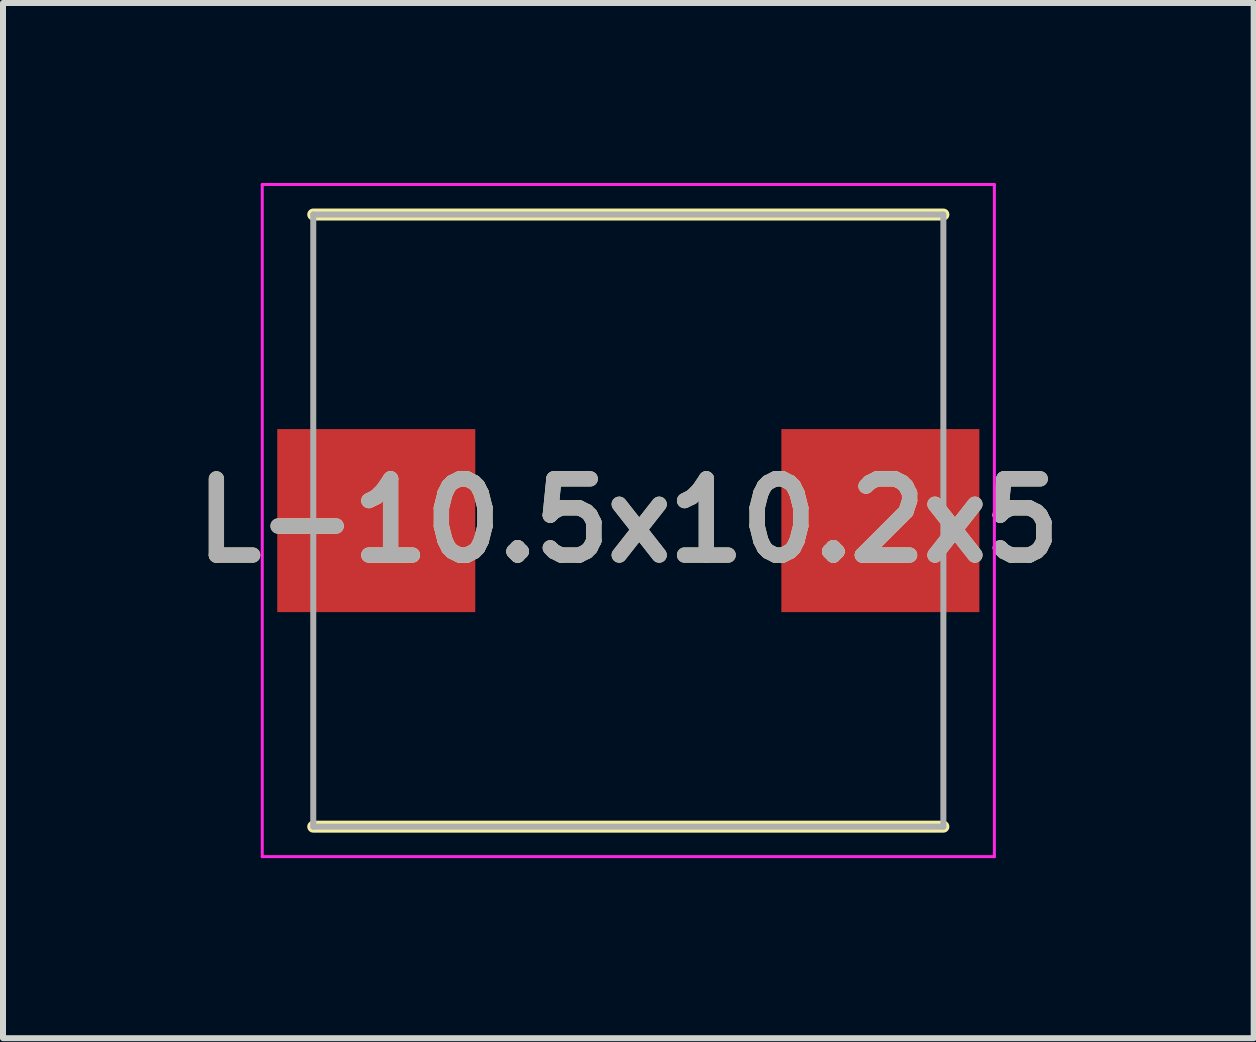
<source format=kicad_pcb>
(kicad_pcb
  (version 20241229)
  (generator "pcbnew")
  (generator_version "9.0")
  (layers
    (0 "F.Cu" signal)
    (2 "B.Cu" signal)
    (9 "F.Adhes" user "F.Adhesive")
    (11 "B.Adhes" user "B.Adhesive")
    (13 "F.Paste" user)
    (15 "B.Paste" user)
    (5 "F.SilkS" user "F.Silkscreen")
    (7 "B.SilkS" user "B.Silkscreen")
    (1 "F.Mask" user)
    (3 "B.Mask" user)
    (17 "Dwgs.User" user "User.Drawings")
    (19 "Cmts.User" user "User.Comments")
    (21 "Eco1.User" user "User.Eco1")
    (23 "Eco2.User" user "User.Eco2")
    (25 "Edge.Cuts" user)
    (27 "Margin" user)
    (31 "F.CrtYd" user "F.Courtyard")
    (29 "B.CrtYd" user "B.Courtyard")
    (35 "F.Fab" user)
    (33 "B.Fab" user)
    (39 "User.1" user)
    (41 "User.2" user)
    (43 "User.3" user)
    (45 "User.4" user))
  (footprint "L-10.5x10.2x5"
    (layer "F.Cu")
    (at 7.42 5.625)
    (property "Reference" "L-10.5x10.2x5" (at 0 0 0) (layer "F.SilkS") (effects (font (size 1.27 1.27) (thickness 0.254))))
    (attr smd)
    (fp_line (start -5.25 5.1) (end 5.25 5.1) (stroke (width 0.2) (type solid)) (layer "F.SilkS"))
    (fp_line (start 5.25 -5.1) (end -5.25 -5.1) (stroke (width 0.2) (type solid)) (layer "F.SilkS"))
    (fp_line (start -6.1 -5.6) (end 6.1 -5.6) (stroke (width 0.05) (type solid)) (layer "F.CrtYd"))
    (fp_line (start -6.1 5.6) (end -6.1 -5.6) (stroke (width 0.05) (type solid)) (layer "F.CrtYd"))
    (fp_line (start 6.1 -5.6) (end 6.1 5.6) (stroke (width 0.05) (type solid)) (layer "F.CrtYd"))
    (fp_line (start 6.1 5.6) (end -6.1 5.6) (stroke (width 0.05) (type solid)) (layer "F.CrtYd"))
    (fp_line (start -5.25 -5.1) (end 5.25 -5.1) (stroke (width 0.1) (type solid)) (layer "F.Fab"))
    (fp_line (start -5.25 5.1) (end -5.25 -5.1) (stroke (width 0.1) (type solid)) (layer "F.Fab"))
    (fp_line (start 5.25 -5.1) (end 5.25 5.1) (stroke (width 0.1) (type solid)) (layer "F.Fab"))
    (fp_line (start 5.25 5.1) (end -5.25 5.1) (stroke (width 0.1) (type solid)) (layer "F.Fab"))
    (fp_text user "${REFERENCE}" (at 0 0 0) (layer "F.Fab") (effects (font (size 1.27 1.27) (thickness 0.254))))
    (pad "1" smd rect (at -4.2 0 90) (size 3.05 3.3) (layers "F.Cu" "F.Mask" "F.Paste"))
    (pad "2" smd rect (at 4.2 0 90) (size 3.05 3.3) (layers "F.Cu" "F.Mask" "F.Paste")))
  (gr_rect
    (start -3 -3)
    (end 17.841 14.25)
    (stroke (width 0.1) (type default))
    (fill no)
    (layer "Edge.Cuts")))
</source>
